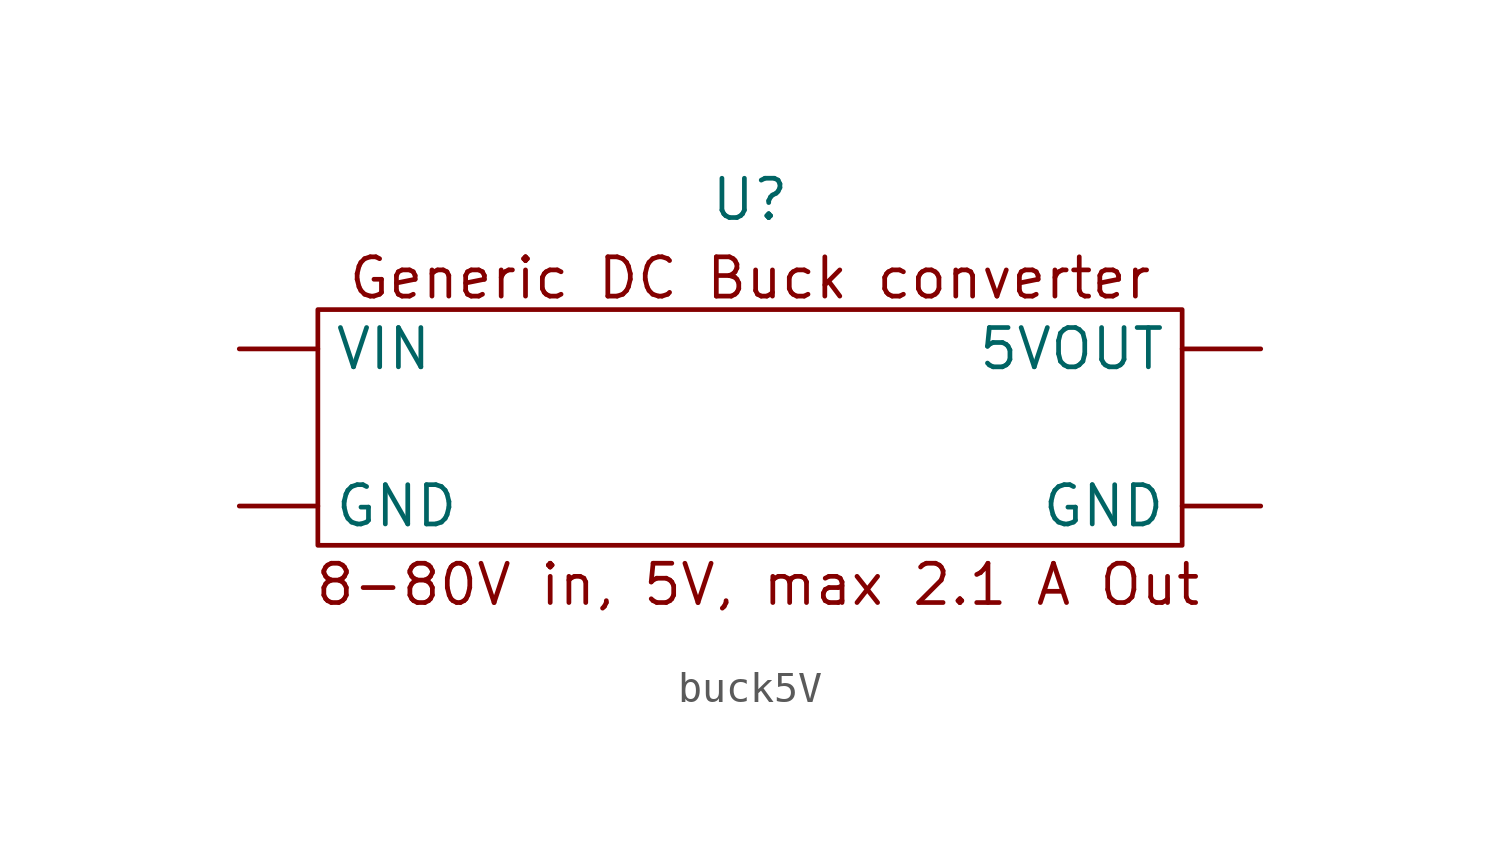
<source format=kicad_sym>
(kicad_symbol_lib
  (version 20241209)
  (generator "kicad_symbol_editor")
  (generator_version "9.0")
  (symbol "buck5V"
    (property "Reference" "U"
      (at 0 7.366 0)
      (effects (font (size 1.27 1.27))))
    (property "Value" ""
      (at 0 0 0)
      (effects (font (size 1.27 1.27))))
    (symbol "buck5V_0_1"
      (rectangle (start -13.97 3.81) (end 13.97 -3.81) (stroke (width 0) (type default)) (fill (type none))))
    (symbol "buck5V_1_1"
      (text "Generic DC Buck converter" (at 0 4.826 0) (effects (font (size 1.27 1.27))))
      (text "8-80V in, 5V, max 2.1 A Out" (at 0.254 -5.08 0) (effects (font (size 1.27 1.27))))
      (pin input line (at -16.51 2.54 0) (length 2.54) (name "VIN" (effects (font (size 1.27 1.27)))) (number "" (effects (font (size 1.27 1.27)))))
      (pin input line (at -16.51 -2.54 0) (length 2.54) (name "GND" (effects (font (size 1.27 1.27)))) (number "" (effects (font (size 1.27 1.27)))))
      (pin input line (at 16.51 2.54 180) (length 2.54) (name "5VOUT" (effects (font (size 1.27 1.27)))) (number "" (effects (font (size 1.27 1.27)))))
      (pin input line (at 16.51 -2.54 180) (length 2.54) (name "GND" (effects (font (size 1.27 1.27)))) (number "" (effects (font (size 1.27 1.27))))))))
</source>
